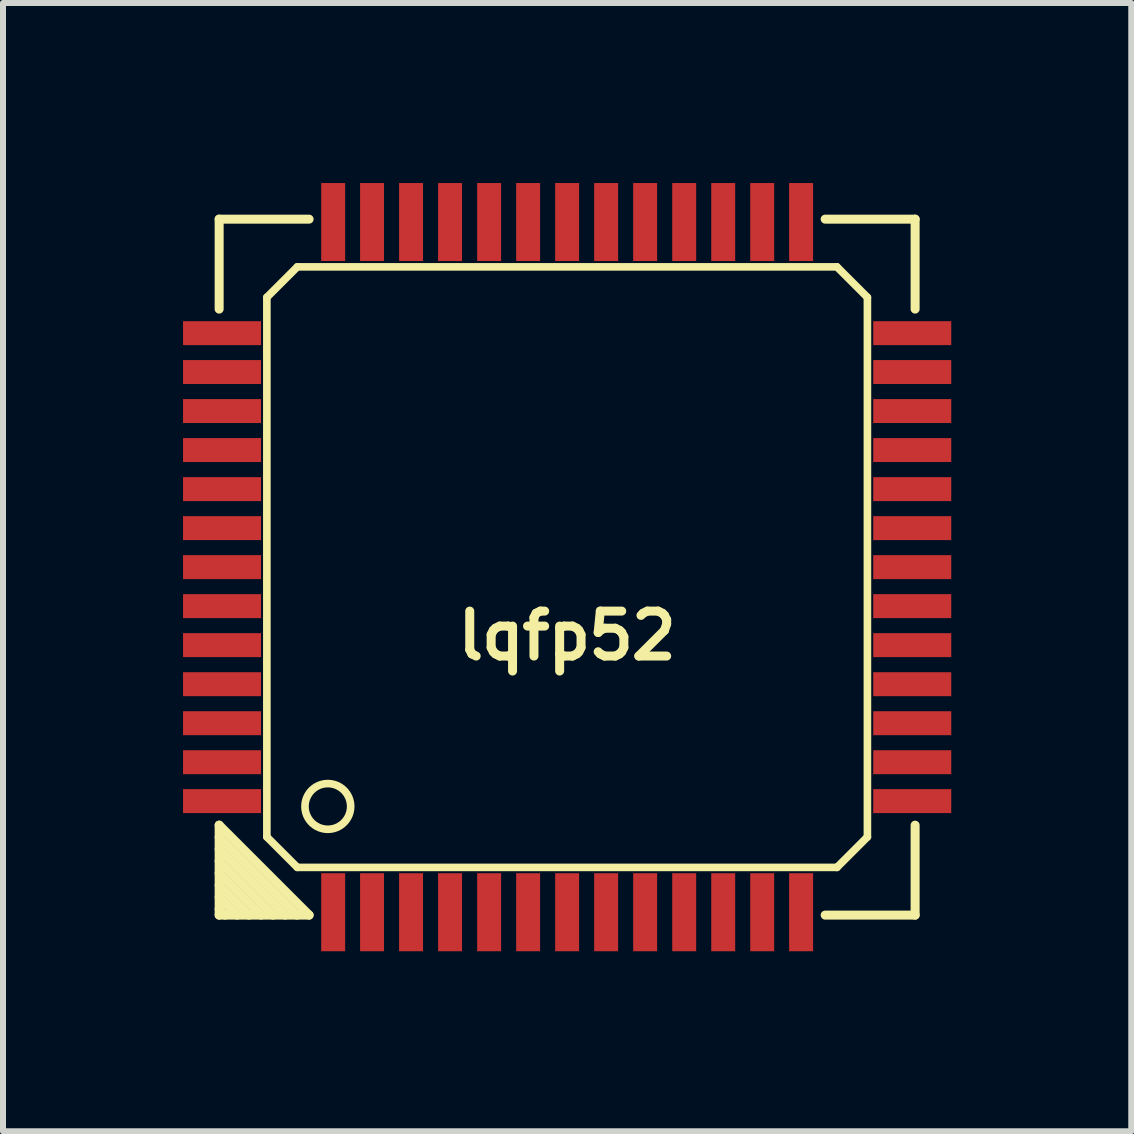
<source format=kicad_pcb>
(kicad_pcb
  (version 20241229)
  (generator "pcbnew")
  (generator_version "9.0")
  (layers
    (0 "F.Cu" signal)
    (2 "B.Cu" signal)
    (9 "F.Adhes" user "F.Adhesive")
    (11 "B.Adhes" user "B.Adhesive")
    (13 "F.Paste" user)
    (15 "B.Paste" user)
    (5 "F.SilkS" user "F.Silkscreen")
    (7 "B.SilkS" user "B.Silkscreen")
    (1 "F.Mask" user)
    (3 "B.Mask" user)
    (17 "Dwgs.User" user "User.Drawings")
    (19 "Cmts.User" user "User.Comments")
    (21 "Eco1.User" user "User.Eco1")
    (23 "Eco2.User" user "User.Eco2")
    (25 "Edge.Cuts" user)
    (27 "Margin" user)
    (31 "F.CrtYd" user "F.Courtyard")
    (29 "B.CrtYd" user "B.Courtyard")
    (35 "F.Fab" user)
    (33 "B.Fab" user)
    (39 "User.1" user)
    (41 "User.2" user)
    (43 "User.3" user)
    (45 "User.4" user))
  (footprint "lqfp52"
    (layer "F.Cu")
    (at 6.401 6.401)
    (property "Reference" "lqfp52" (at 0 1.143 0) (layer "F.SilkS") (effects (font (size 0.749 0.749) (thickness 0.15))))
    (attr smd)
    (fp_line (start -5.799 -5.799) (end -4.3 -5.799) (stroke (width 0.15) (type solid)) (layer "F.SilkS"))
    (fp_line (start -5.799 -4.3) (end -5.799 -5.799) (stroke (width 0.15) (type solid)) (layer "F.SilkS"))
    (fp_line (start -5.799 4.3) (end -4.3 5.799) (stroke (width 0.15) (type solid)) (layer "F.SilkS"))
    (fp_line (start -5.799 4.699) (end -4.699 5.799) (stroke (width 0.15) (type solid)) (layer "F.SilkS"))
    (fp_line (start -5.799 5.1) (end -5.1 5.799) (stroke (width 0.15) (type solid)) (layer "F.SilkS"))
    (fp_line (start -5.799 5.499) (end -5.499 5.799) (stroke (width 0.15) (type solid)) (layer "F.SilkS"))
    (fp_line (start -5.799 5.799) (end -5.799 4.3) (stroke (width 0.15) (type solid)) (layer "F.SilkS"))
    (fp_line (start -5.7 5.799) (end -5.799 5.7) (stroke (width 0.15) (type solid)) (layer "F.SilkS"))
    (fp_line (start -5.301 5.799) (end -5.799 5.301) (stroke (width 0.15) (type solid)) (layer "F.SilkS"))
    (fp_line (start -5.004 -4.496) (end -4.496 -5.004) (stroke (width 0.127) (type solid)) (layer "F.SilkS"))
    (fp_line (start -5.004 4.496) (end -5.004 -4.496) (stroke (width 0.127) (type solid)) (layer "F.SilkS"))
    (fp_line (start -4.9 5.799) (end -5.799 4.9) (stroke (width 0.15) (type solid)) (layer "F.SilkS"))
    (fp_line (start -4.501 5.799) (end -5.799 4.501) (stroke (width 0.15) (type solid)) (layer "F.SilkS"))
    (fp_line (start -4.496 -5.004) (end 4.496 -5.004) (stroke (width 0.127) (type solid)) (layer "F.SilkS"))
    (fp_line (start -4.496 5.004) (end -5.004 4.496) (stroke (width 0.127) (type solid)) (layer "F.SilkS"))
    (fp_line (start -4.3 5.799) (end -5.799 5.799) (stroke (width 0.15) (type solid)) (layer "F.SilkS"))
    (fp_line (start 4.3 -5.799) (end 5.799 -5.799) (stroke (width 0.15) (type solid)) (layer "F.SilkS"))
    (fp_line (start 4.496 -5.004) (end 5.004 -4.496) (stroke (width 0.127) (type solid)) (layer "F.SilkS"))
    (fp_line (start 4.496 5.004) (end -4.496 5.004) (stroke (width 0.127) (type solid)) (layer "F.SilkS"))
    (fp_line (start 5.004 4.496) (end 4.496 5.004) (stroke (width 0.127) (type solid)) (layer "F.SilkS"))
    (fp_line (start 5.004 4.496) (end 5.004 -4.496) (stroke (width 0.127) (type solid)) (layer "F.SilkS"))
    (fp_line (start 5.799 -5.799) (end 5.799 -4.3) (stroke (width 0.15) (type solid)) (layer "F.SilkS"))
    (fp_line (start 5.799 4.3) (end 5.799 5.799) (stroke (width 0.15) (type solid)) (layer "F.SilkS"))
    (fp_line (start 5.799 5.799) (end 4.3 5.799) (stroke (width 0.15) (type solid)) (layer "F.SilkS"))
    (fp_circle (center -3.988 3.988) (end -4.216 4.293) (stroke (width 0.127) (type solid)) (fill no) (layer "F.SilkS"))
    (pad "1" smd rect (at -3.899 5.751) (size 0.399 1.3) (layers "F.Cu" "F.Mask" "F.Paste"))
    (pad "2" smd rect (at -3.251 5.751) (size 0.399 1.3) (layers "F.Cu" "F.Mask" "F.Paste"))
    (pad "3" smd rect (at -2.601 5.751) (size 0.399 1.3) (layers "F.Cu" "F.Mask" "F.Paste"))
    (pad "4" smd rect (at -1.951 5.751) (size 0.399 1.3) (layers "F.Cu" "F.Mask" "F.Paste"))
    (pad "5" smd rect (at -1.3 5.751) (size 0.399 1.3) (layers "F.Cu" "F.Mask" "F.Paste"))
    (pad "6" smd rect (at -0.65 5.751) (size 0.399 1.3) (layers "F.Cu" "F.Mask" "F.Paste"))
    (pad "7" smd rect (at 0 5.751) (size 0.399 1.3) (layers "F.Cu" "F.Mask" "F.Paste"))
    (pad "8" smd rect (at 0.65 5.751) (size 0.399 1.3) (layers "F.Cu" "F.Mask" "F.Paste"))
    (pad "9" smd rect (at 1.3 5.751) (size 0.399 1.3) (layers "F.Cu" "F.Mask" "F.Paste"))
    (pad "10" smd rect (at 1.951 5.751) (size 0.399 1.3) (layers "F.Cu" "F.Mask" "F.Paste"))
    (pad "11" smd rect (at 2.601 5.751) (size 0.399 1.3) (layers "F.Cu" "F.Mask" "F.Paste"))
    (pad "12" smd rect (at 3.251 5.751) (size 0.399 1.3) (layers "F.Cu" "F.Mask" "F.Paste"))
    (pad "13" smd rect (at 3.899 5.751) (size 0.399 1.3) (layers "F.Cu" "F.Mask" "F.Paste"))
    (pad "14" smd rect (at 5.751 3.899) (size 1.3 0.399) (layers "F.Cu" "F.Mask" "F.Paste"))
    (pad "15" smd rect (at 5.751 3.251) (size 1.3 0.399) (layers "F.Cu" "F.Mask" "F.Paste"))
    (pad "16" smd rect (at 5.751 2.601) (size 1.3 0.399) (layers "F.Cu" "F.Mask" "F.Paste"))
    (pad "17" smd rect (at 5.751 1.951) (size 1.3 0.399) (layers "F.Cu" "F.Mask" "F.Paste"))
    (pad "18" smd rect (at 5.751 1.3) (size 1.3 0.399) (layers "F.Cu" "F.Mask" "F.Paste"))
    (pad "19" smd rect (at 5.751 0.65) (size 1.3 0.399) (layers "F.Cu" "F.Mask" "F.Paste"))
    (pad "20" smd rect (at 5.751 0) (size 1.3 0.399) (layers "F.Cu" "F.Mask" "F.Paste"))
    (pad "21" smd rect (at 5.751 -0.65) (size 1.3 0.399) (layers "F.Cu" "F.Mask" "F.Paste"))
    (pad "22" smd rect (at 5.751 -1.3) (size 1.3 0.399) (layers "F.Cu" "F.Mask" "F.Paste"))
    (pad "23" smd rect (at 5.751 -1.951) (size 1.3 0.399) (layers "F.Cu" "F.Mask" "F.Paste"))
    (pad "24" smd rect (at 5.751 -2.601) (size 1.3 0.399) (layers "F.Cu" "F.Mask" "F.Paste"))
    (pad "25" smd rect (at 5.751 -3.251) (size 1.3 0.399) (layers "F.Cu" "F.Mask" "F.Paste"))
    (pad "26" smd rect (at 5.751 -3.899) (size 1.3 0.399) (layers "F.Cu" "F.Mask" "F.Paste"))
    (pad "27" smd rect (at 3.899 -5.751) (size 0.399 1.3) (layers "F.Cu" "F.Mask" "F.Paste"))
    (pad "28" smd rect (at 3.251 -5.751) (size 0.399 1.3) (layers "F.Cu" "F.Mask" "F.Paste"))
    (pad "29" smd rect (at 2.601 -5.751) (size 0.399 1.3) (layers "F.Cu" "F.Mask" "F.Paste"))
    (pad "30" smd rect (at 1.951 -5.751) (size 0.399 1.3) (layers "F.Cu" "F.Mask" "F.Paste"))
    (pad "31" smd rect (at 1.3 -5.751) (size 0.399 1.3) (layers "F.Cu" "F.Mask" "F.Paste"))
    (pad "32" smd rect (at 0.65 -5.751) (size 0.399 1.3) (layers "F.Cu" "F.Mask" "F.Paste"))
    (pad "33" smd rect (at 0 -5.751) (size 0.399 1.3) (layers "F.Cu" "F.Mask" "F.Paste"))
    (pad "34" smd rect (at -0.65 -5.751) (size 0.399 1.3) (layers "F.Cu" "F.Mask" "F.Paste"))
    (pad "35" smd rect (at -1.3 -5.751) (size 0.399 1.3) (layers "F.Cu" "F.Mask" "F.Paste"))
    (pad "36" smd rect (at -1.951 -5.751) (size 0.399 1.3) (layers "F.Cu" "F.Mask" "F.Paste"))
    (pad "37" smd rect (at -2.601 -5.751) (size 0.399 1.3) (layers "F.Cu" "F.Mask" "F.Paste"))
    (pad "38" smd rect (at -3.251 -5.751) (size 0.399 1.3) (layers "F.Cu" "F.Mask" "F.Paste"))
    (pad "39" smd rect (at -3.899 -5.751) (size 0.399 1.3) (layers "F.Cu" "F.Mask" "F.Paste"))
    (pad "40" smd rect (at -5.751 -3.899) (size 1.3 0.399) (layers "F.Cu" "F.Mask" "F.Paste"))
    (pad "41" smd rect (at -5.751 -3.251) (size 1.3 0.399) (layers "F.Cu" "F.Mask" "F.Paste"))
    (pad "42" smd rect (at -5.751 -2.601) (size 1.3 0.399) (layers "F.Cu" "F.Mask" "F.Paste"))
    (pad "43" smd rect (at -5.751 -1.951) (size 1.3 0.399) (layers "F.Cu" "F.Mask" "F.Paste"))
    (pad "44" smd rect (at -5.751 -1.3) (size 1.3 0.399) (layers "F.Cu" "F.Mask" "F.Paste"))
    (pad "45" smd rect (at -5.751 -0.65) (size 1.3 0.399) (layers "F.Cu" "F.Mask" "F.Paste"))
    (pad "46" smd rect (at -5.751 0) (size 1.3 0.399) (layers "F.Cu" "F.Mask" "F.Paste"))
    (pad "47" smd rect (at -5.751 0.65) (size 1.3 0.399) (layers "F.Cu" "F.Mask" "F.Paste"))
    (pad "48" smd rect (at -5.751 1.3) (size 1.3 0.399) (layers "F.Cu" "F.Mask" "F.Paste"))
    (pad "49" smd rect (at -5.751 1.951) (size 1.3 0.399) (layers "F.Cu" "F.Mask" "F.Paste"))
    (pad "50" smd rect (at -5.751 2.601) (size 1.3 0.399) (layers "F.Cu" "F.Mask" "F.Paste"))
    (pad "51" smd rect (at -5.751 3.251) (size 1.3 0.399) (layers "F.Cu" "F.Mask" "F.Paste"))
    (pad "52" smd rect (at -5.751 3.899) (size 1.3 0.399) (layers "F.Cu" "F.Mask" "F.Paste")))
  (gr_rect
    (start -3 -3)
    (end 15.802 15.802)
    (stroke (width 0.1) (type default))
    (fill no)
    (layer "Edge.Cuts")))
</source>
